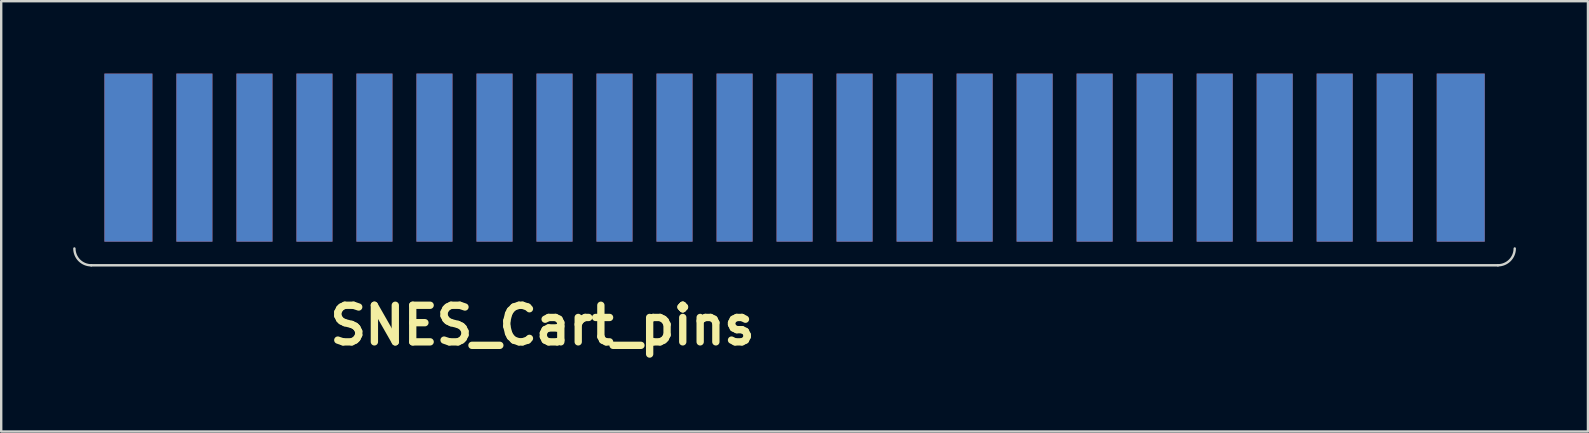
<source format=kicad_pcb>
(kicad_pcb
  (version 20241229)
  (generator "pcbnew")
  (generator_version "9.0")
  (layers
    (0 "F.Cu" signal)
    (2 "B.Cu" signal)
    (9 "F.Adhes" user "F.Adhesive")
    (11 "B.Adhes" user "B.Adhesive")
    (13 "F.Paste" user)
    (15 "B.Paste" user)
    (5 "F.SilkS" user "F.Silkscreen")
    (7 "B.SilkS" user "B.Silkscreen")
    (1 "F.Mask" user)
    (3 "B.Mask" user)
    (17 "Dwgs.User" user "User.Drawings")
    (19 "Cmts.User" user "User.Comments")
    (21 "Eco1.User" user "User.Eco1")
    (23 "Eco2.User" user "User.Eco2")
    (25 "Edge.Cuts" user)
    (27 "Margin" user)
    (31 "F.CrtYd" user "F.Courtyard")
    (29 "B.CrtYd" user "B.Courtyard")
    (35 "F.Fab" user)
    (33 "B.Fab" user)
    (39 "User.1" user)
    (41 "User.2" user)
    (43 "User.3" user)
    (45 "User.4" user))
  (footprint "SNES_Cart_pins"
    (layer "F.Cu")
    (at 30.049 3)
    (property "Reference" "SNES_Cart_pins" (at -10.5 7.501 0) (layer "F.SilkS") (effects (font (size 1.524 1.524) (thickness 0.305))))
    (attr through_hole)
    (fp_line (start -29.299 5.001) (end 29.299 5.001) (stroke (width 0.102) (type solid)) (layer "Edge.Cuts"))
    (fp_arc (start -29.2989 5.00126) (mid -29.79461 4.79593) (end -29.99994 4.30022) (stroke (width 0.09906) (type solid)) (layer "Edge.Cuts"))
    (fp_arc (start 29.99994 4.30022) (mid 29.79461 4.79593) (end 29.2989 5.00126) (stroke (width 0.09906) (type solid)) (layer "Edge.Cuts"))
    (pad "" connect rect (at 0 1.001) (size 60 8.001) (layers "*.Mask"))
    (pad "1" connect rect (at 27.75 0.516 180) (size 1.999 7) (layers "B.Cu"))
    (pad "2" connect rect (at 25.001 0.516 180) (size 1.501 7) (layers "B.Cu"))
    (pad "3" connect rect (at 22.499 0.516 180) (size 1.501 7) (layers "B.Cu"))
    (pad "4" connect rect (at 20 0.516 180) (size 1.501 7) (layers "B.Cu"))
    (pad "5" connect rect (at 17.501 0.516 180) (size 1.501 7) (layers "B.Cu"))
    (pad "6" connect rect (at 15.001 0.516 180) (size 1.501 7) (layers "B.Cu"))
    (pad "7" connect rect (at 12.499 0.516 180) (size 1.501 7) (layers "B.Cu"))
    (pad "8" connect rect (at 10 0.516 180) (size 1.501 7) (layers "B.Cu"))
    (pad "9" connect rect (at 7.501 0.516 180) (size 1.501 7) (layers "B.Cu"))
    (pad "10" connect rect (at 5.001 0.516 180) (size 1.501 7) (layers "B.Cu"))
    (pad "11" connect rect (at 2.499 0.516 180) (size 1.501 7) (layers "B.Cu"))
    (pad "12" connect rect (at 0 0.516 180) (size 1.501 7) (layers "B.Cu"))
    (pad "13" connect rect (at -2.499 0.516 180) (size 1.501 7) (layers "B.Cu"))
    (pad "14" connect rect (at -5.001 0.516 180) (size 1.501 7) (layers "B.Cu"))
    (pad "15" connect rect (at -7.501 0.516 180) (size 1.501 7) (layers "B.Cu"))
    (pad "16" connect rect (at -10 0.516 180) (size 1.501 7) (layers "B.Cu"))
    (pad "17" connect rect (at -12.499 0.516 180) (size 1.501 7) (layers "B.Cu"))
    (pad "18" connect rect (at -15.001 0.516 180) (size 1.501 7) (layers "B.Cu"))
    (pad "19" connect rect (at -17.501 0.516 180) (size 1.501 7) (layers "B.Cu"))
    (pad "20" connect rect (at -20 0.516 180) (size 1.501 7) (layers "B.Cu"))
    (pad "21" connect rect (at -22.499 0.516 180) (size 1.501 7) (layers "B.Cu"))
    (pad "22" connect rect (at -25.001 0.516 180) (size 1.501 7) (layers "B.Cu"))
    (pad "23" connect rect (at -27.75 0.516 180) (size 1.999 7) (layers "B.Cu"))
    (pad "24" connect rect (at 27.75 0.516 180) (size 1.999 7) (layers "F.Cu"))
    (pad "25" connect rect (at 25.001 0.516 180) (size 1.501 7) (layers "F.Cu"))
    (pad "26" connect rect (at 22.499 0.516 180) (size 1.501 7) (layers "F.Cu"))
    (pad "27" connect rect (at 20 0.516 180) (size 1.501 7) (layers "F.Cu"))
    (pad "28" connect rect (at 17.501 0.516 180) (size 1.501 7) (layers "F.Cu"))
    (pad "29" connect rect (at 15.001 0.516 180) (size 1.501 7) (layers "F.Cu"))
    (pad "30" connect rect (at 12.499 0.516 180) (size 1.501 7) (layers "F.Cu"))
    (pad "31" connect rect (at 10 0.516 180) (size 1.501 7) (layers "F.Cu"))
    (pad "32" connect rect (at 7.501 0.516 180) (size 1.501 7) (layers "F.Cu"))
    (pad "33" connect rect (at 5.001 0.516 180) (size 1.501 7) (layers "F.Cu"))
    (pad "34" connect rect (at 2.499 0.516 180) (size 1.501 7) (layers "F.Cu"))
    (pad "35" connect rect (at 0 0.516 180) (size 1.501 7) (layers "F.Cu"))
    (pad "36" connect rect (at -2.499 0.516 180) (size 1.501 7) (layers "F.Cu"))
    (pad "37" connect rect (at -5.001 0.516 180) (size 1.501 7) (layers "F.Cu"))
    (pad "38" connect rect (at -7.501 0.516 180) (size 1.501 7) (layers "F.Cu"))
    (pad "39" connect rect (at -10 0.516 180) (size 1.501 7) (layers "F.Cu"))
    (pad "40" connect rect (at -12.499 0.516 180) (size 1.501 7) (layers "F.Cu"))
    (pad "41" connect rect (at -15.001 0.516 180) (size 1.501 7) (layers "F.Cu"))
    (pad "42" connect rect (at -17.501 0.516 180) (size 1.501 7) (layers "F.Cu"))
    (pad "43" connect rect (at -20 0.516 180) (size 1.501 7) (layers "F.Cu"))
    (pad "44" connect rect (at -22.499 0.516 180) (size 1.501 7) (layers "F.Cu"))
    (pad "45" connect rect (at -25.001 0.516 180) (size 1.501 7) (layers "F.Cu"))
    (pad "46" connect rect (at -27.75 0.516 180) (size 1.999 7) (layers "F.Cu")))
  (gr_rect
    (start -3 -3)
    (end 63.099 14.927)
    (stroke (width 0.1) (type default))
    (fill no)
    (layer "Edge.Cuts")))
</source>
